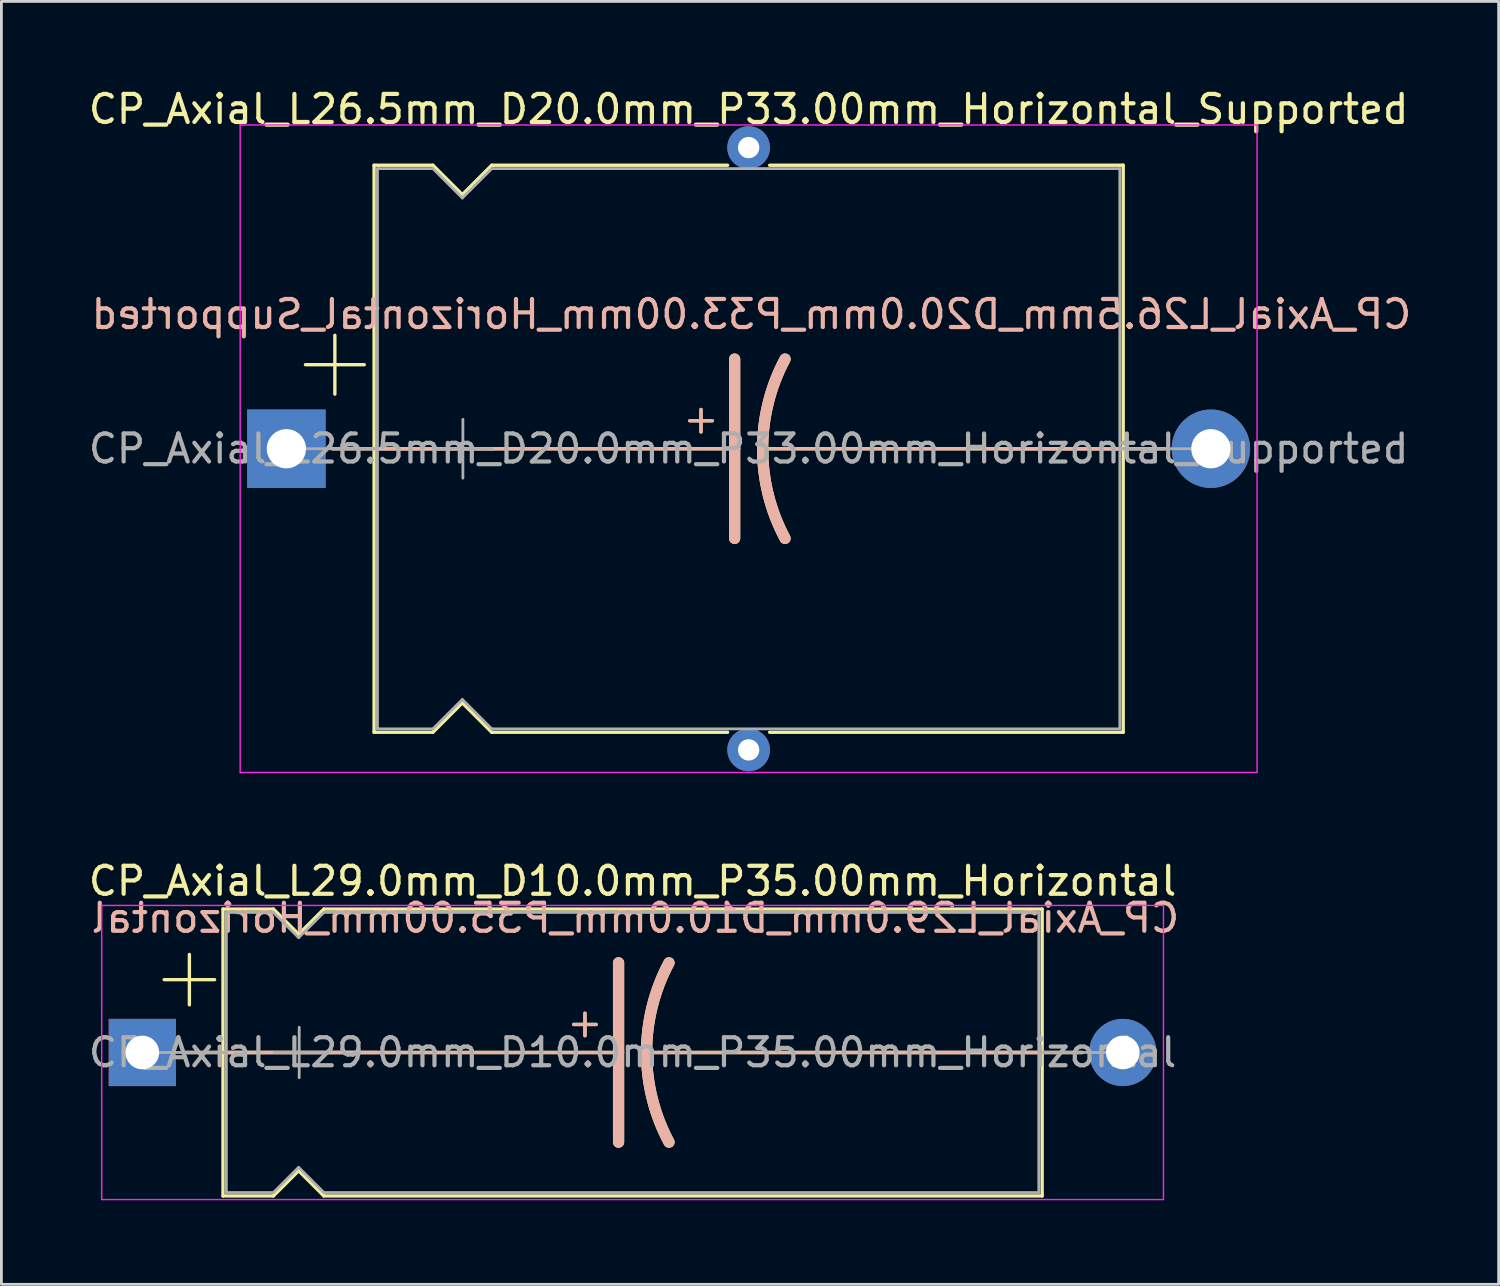
<source format=kicad_pcb>
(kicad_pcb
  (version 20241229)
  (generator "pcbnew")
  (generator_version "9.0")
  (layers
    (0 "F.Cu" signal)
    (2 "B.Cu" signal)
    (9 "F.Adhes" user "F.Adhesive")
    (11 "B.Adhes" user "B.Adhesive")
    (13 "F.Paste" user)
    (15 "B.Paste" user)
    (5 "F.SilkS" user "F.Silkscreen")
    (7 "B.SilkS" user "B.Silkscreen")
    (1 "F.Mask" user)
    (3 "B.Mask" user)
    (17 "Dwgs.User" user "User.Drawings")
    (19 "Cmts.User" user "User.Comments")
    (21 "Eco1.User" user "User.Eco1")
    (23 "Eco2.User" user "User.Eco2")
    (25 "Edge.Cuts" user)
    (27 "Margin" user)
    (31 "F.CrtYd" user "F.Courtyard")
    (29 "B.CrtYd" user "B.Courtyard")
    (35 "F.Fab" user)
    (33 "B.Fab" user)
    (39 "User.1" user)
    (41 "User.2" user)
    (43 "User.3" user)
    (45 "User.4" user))
  (footprint "CP_Axial_L29.0mm_D10.0mm_P35.00mm_Horizontal"
    (layer "F.Cu")
    (at 2.03 34.519)
    (property "Reference" "CP_Axial_L29.0mm_D10.0mm_P35.00mm_Horizontal" (at 17.5 -6.12 0) (layer "F.SilkS") (effects (font (size 1 1) (thickness 0.15))))
    (fp_line (start 0.78 -2.6) (end 2.58 -2.6) (stroke (width 0.12) (type solid)) (layer "F.SilkS"))
    (fp_line (start 1.44 0) (end 2.88 0) (stroke (width 0.12) (type solid)) (layer "F.SilkS"))
    (fp_line (start 1.68 -3.5) (end 1.68 -1.7) (stroke (width 0.12) (type solid)) (layer "F.SilkS"))
    (fp_line (start 2.88 -5.12) (end 2.88 5.12) (stroke (width 0.12) (type solid)) (layer "F.SilkS"))
    (fp_line (start 2.88 -5.12) (end 4.68 -5.12) (stroke (width 0.12) (type solid)) (layer "F.SilkS"))
    (fp_line (start 2.88 0) (end 17 0) (stroke (width 0.12) (type solid)) (layer "F.SilkS"))
    (fp_line (start 2.88 5.12) (end 4.68 5.12) (stroke (width 0.12) (type solid)) (layer "F.SilkS"))
    (fp_line (start 4.68 -5.12) (end 5.58 -4.22) (stroke (width 0.12) (type solid)) (layer "F.SilkS"))
    (fp_line (start 4.68 5.12) (end 5.58 4.22) (stroke (width 0.12) (type solid)) (layer "F.SilkS"))
    (fp_line (start 5.58 -4.22) (end 6.48 -5.12) (stroke (width 0.12) (type solid)) (layer "F.SilkS"))
    (fp_line (start 5.58 4.22) (end 6.48 5.12) (stroke (width 0.12) (type solid)) (layer "F.SilkS"))
    (fp_line (start 6.48 -5.12) (end 32.12 -5.12) (stroke (width 0.12) (type solid)) (layer "F.SilkS"))
    (fp_line (start 6.48 5.12) (end 32.12 5.12) (stroke (width 0.12) (type solid)) (layer "F.SilkS"))
    (fp_line (start 15.4 -1) (end 16.2 -1) (stroke (width 0.12) (type solid)) (layer "F.SilkS"))
    (fp_line (start 15.8 -1.4) (end 15.8 -0.6) (stroke (width 0.12) (type solid)) (layer "F.SilkS"))
    (fp_line (start 17 0) (end 17 -3.2) (stroke (width 0.4) (type solid)) (layer "F.SilkS"))
    (fp_line (start 17 0) (end 17 3.2) (stroke (width 0.4) (type solid)) (layer "F.SilkS"))
    (fp_line (start 32.12 -5.12) (end 32.12 5.12) (stroke (width 0.12) (type solid)) (layer "F.SilkS"))
    (fp_line (start 32.12 0) (end 18 0) (stroke (width 0.12) (type solid)) (layer "F.SilkS"))
    (fp_line (start 33.56 0) (end 32.12 0) (stroke (width 0.12) (type solid)) (layer "F.SilkS"))
    (fp_arc (start 18 0) (mid 18.203545 -1.649114) (end 18.8 -3.2) (stroke (width 0.4) (type solid)) (layer "F.SilkS"))
    (fp_arc (start 18.8 3.2) (mid 18.200704 1.649824) (end 18 0) (stroke (width 0.4) (type solid)) (layer "F.SilkS"))
    (fp_line (start 1.45 0) (end 8.38 0) (stroke (width 0.12) (type solid)) (layer "B.SilkS"))
    (fp_line (start 2.88 0) (end 17 0) (stroke (width 0.12) (type solid)) (layer "B.SilkS"))
    (fp_line (start 15.4 -1) (end 16.2 -1) (stroke (width 0.12) (type solid)) (layer "B.SilkS"))
    (fp_line (start 15.8 -0.6) (end 15.8 -1.4) (stroke (width 0.12) (type solid)) (layer "B.SilkS"))
    (fp_line (start 17 0) (end 17 -3.2) (stroke (width 0.4) (type solid)) (layer "B.SilkS"))
    (fp_line (start 17 0) (end 17 3.2) (stroke (width 0.4) (type solid)) (layer "B.SilkS"))
    (fp_line (start 32.12 0) (end 18 0) (stroke (width 0.12) (type solid)) (layer "B.SilkS"))
    (fp_line (start 33.55 0) (end 26.62 0) (stroke (width 0.12) (type solid)) (layer "B.SilkS"))
    (fp_arc (start 18 0) (mid 18.200703 -1.649824) (end 18.8 -3.2) (stroke (width 0.4) (type solid)) (layer "B.SilkS"))
    (fp_arc (start 18.8 3.2) (mid 18.203544 1.649114) (end 18 0) (stroke (width 0.4) (type solid)) (layer "B.SilkS"))
    (fp_line (start -1.45 -5.25) (end -1.45 5.25) (stroke (width 0.05) (type solid)) (layer "F.CrtYd"))
    (fp_line (start -1.45 5.25) (end 36.45 5.25) (stroke (width 0.05) (type solid)) (layer "F.CrtYd"))
    (fp_line (start 36.45 -5.25) (end -1.45 -5.25) (stroke (width 0.05) (type solid)) (layer "F.CrtYd"))
    (fp_line (start 36.45 5.25) (end 36.45 -5.25) (stroke (width 0.05) (type solid)) (layer "F.CrtYd"))
    (fp_line (start 0 0) (end 3 0) (stroke (width 0.1) (type solid)) (layer "F.Fab"))
    (fp_line (start 3 -5) (end 3 5) (stroke (width 0.1) (type solid)) (layer "F.Fab"))
    (fp_line (start 3 -5) (end 4.68 -5) (stroke (width 0.1) (type solid)) (layer "F.Fab"))
    (fp_line (start 3 5) (end 4.68 5) (stroke (width 0.1) (type solid)) (layer "F.Fab"))
    (fp_line (start 4.68 -5) (end 5.58 -4.1) (stroke (width 0.1) (type solid)) (layer "F.Fab"))
    (fp_line (start 4.68 5) (end 5.58 4.1) (stroke (width 0.1) (type solid)) (layer "F.Fab"))
    (fp_line (start 4.7 0) (end 6.5 0) (stroke (width 0.1) (type solid)) (layer "F.Fab"))
    (fp_line (start 5.58 -4.1) (end 6.48 -5) (stroke (width 0.1) (type solid)) (layer "F.Fab"))
    (fp_line (start 5.58 4.1) (end 6.48 5) (stroke (width 0.1) (type solid)) (layer "F.Fab"))
    (fp_line (start 5.6 -0.9) (end 5.6 0.9) (stroke (width 0.1) (type solid)) (layer "F.Fab"))
    (fp_line (start 6.48 -5) (end 32 -5) (stroke (width 0.1) (type solid)) (layer "F.Fab"))
    (fp_line (start 6.48 5) (end 32 5) (stroke (width 0.1) (type solid)) (layer "F.Fab"))
    (fp_line (start 32 -5) (end 32 5) (stroke (width 0.1) (type solid)) (layer "F.Fab"))
    (fp_line (start 35 0) (end 32 0) (stroke (width 0.1) (type solid)) (layer "F.Fab"))
    (fp_text user "${REFERENCE}" (at 17.6 -4.8 0) (layer "B.SilkS") (effects (font (size 1 1) (thickness 0.15)) (justify mirror)))
    (fp_text user "${REFERENCE}" (at 17.5 0 0) (layer "F.Fab") (effects (font (size 1 1) (thickness 0.15))))
    (pad "1" thru_hole rect (at 0 0) (size 2.4 2.4) (drill 1.2) (layers "*.Cu" "*.Mask"))
    (pad "2" thru_hole oval (at 35 0) (size 2.4 2.4) (drill 1.2) (layers "*.Cu" "*.Mask")))
  (footprint "CP_Axial_L26.5mm_D20.0mm_P33.00mm_Horizontal_Supported"
    (layer "F.Cu")
    (at 7.173 12.968)
    (property "Reference" "CP_Axial_L26.5mm_D20.0mm_P33.00mm_Horizontal_Supported" (at 16.5 -12.12 0) (layer "F.SilkS") (effects (font (size 1 1) (thickness 0.15))))
    (fp_line (start 0.68 -3) (end 2.78 -3) (stroke (width 0.12) (type solid)) (layer "F.SilkS"))
    (fp_line (start 1.64 0) (end 3.13 0) (stroke (width 0.12) (type solid)) (layer "F.SilkS"))
    (fp_line (start 1.73 -4.05) (end 1.73 -1.95) (stroke (width 0.12) (type solid)) (layer "F.SilkS"))
    (fp_line (start 3.13 -10.12) (end 3.13 10.12) (stroke (width 0.12) (type solid)) (layer "F.SilkS"))
    (fp_line (start 3.13 -10.12) (end 5.23 -10.12) (stroke (width 0.12) (type solid)) (layer "F.SilkS"))
    (fp_line (start 3.13 0) (end 16 0) (stroke (width 0.12) (type solid)) (layer "F.SilkS"))
    (fp_line (start 3.13 10.12) (end 5.23 10.12) (stroke (width 0.12) (type solid)) (layer "F.SilkS"))
    (fp_line (start 5.23 -10.12) (end 6.28 -9.07) (stroke (width 0.12) (type solid)) (layer "F.SilkS"))
    (fp_line (start 5.23 10.12) (end 6.28 9.07) (stroke (width 0.12) (type solid)) (layer "F.SilkS"))
    (fp_line (start 6.28 -9.07) (end 7.33 -10.12) (stroke (width 0.12) (type solid)) (layer "F.SilkS"))
    (fp_line (start 6.28 9.07) (end 7.33 10.12) (stroke (width 0.12) (type solid)) (layer "F.SilkS"))
    (fp_line (start 7.33 -10.12) (end 15.75 -10.12) (stroke (width 0.12) (type solid)) (layer "F.SilkS"))
    (fp_line (start 7.33 10.12) (end 15.75 10.12) (stroke (width 0.12) (type solid)) (layer "F.SilkS"))
    (fp_line (start 14.4 -1) (end 15.2 -1) (stroke (width 0.12) (type solid)) (layer "F.SilkS"))
    (fp_line (start 14.8 -1.4) (end 14.8 -0.6) (stroke (width 0.12) (type solid)) (layer "F.SilkS"))
    (fp_line (start 16 0) (end 16 -3.2) (stroke (width 0.4) (type solid)) (layer "F.SilkS"))
    (fp_line (start 16 0) (end 16 3.2) (stroke (width 0.4) (type solid)) (layer "F.SilkS"))
    (fp_line (start 17.25 -10.12) (end 29.87 -10.12) (stroke (width 0.12) (type solid)) (layer "F.SilkS"))
    (fp_line (start 17.25 10.12) (end 29.87 10.12) (stroke (width 0.12) (type solid)) (layer "F.SilkS"))
    (fp_line (start 29.87 -10.12) (end 29.87 10.12) (stroke (width 0.12) (type solid)) (layer "F.SilkS"))
    (fp_line (start 29.87 0) (end 17 0) (stroke (width 0.12) (type solid)) (layer "F.SilkS"))
    (fp_line (start 31.36 0) (end 29.87 0) (stroke (width 0.12) (type solid)) (layer "F.SilkS"))
    (fp_arc (start 17 0) (mid 17.203545 -1.649114) (end 17.8 -3.2) (stroke (width 0.4) (type solid)) (layer "F.SilkS"))
    (fp_arc (start 17.8 3.2) (mid 17.200704 1.649824) (end 17 0) (stroke (width 0.4) (type solid)) (layer "F.SilkS"))
    (fp_line (start 1.65 0) (end 7.38 0) (stroke (width 0.12) (type solid)) (layer "B.SilkS"))
    (fp_line (start 3.13 0) (end 16 0) (stroke (width 0.12) (type solid)) (layer "B.SilkS"))
    (fp_line (start 14.4 -1) (end 15.2 -1) (stroke (width 0.12) (type solid)) (layer "B.SilkS"))
    (fp_line (start 14.8 -0.6) (end 14.8 -1.4) (stroke (width 0.12) (type solid)) (layer "B.SilkS"))
    (fp_line (start 16 0) (end 16 -3.2) (stroke (width 0.4) (type solid)) (layer "B.SilkS"))
    (fp_line (start 16 0) (end 16 3.2) (stroke (width 0.4) (type solid)) (layer "B.SilkS"))
    (fp_line (start 29.87 0) (end 17 0) (stroke (width 0.12) (type solid)) (layer "B.SilkS"))
    (fp_line (start 31.35 0) (end 25.62 0) (stroke (width 0.12) (type solid)) (layer "B.SilkS"))
    (fp_arc (start 17 0) (mid 17.200703 -1.649824) (end 17.8 -3.2) (stroke (width 0.4) (type solid)) (layer "B.SilkS"))
    (fp_arc (start 17.8 3.2) (mid 17.203544 1.649114) (end 17 0) (stroke (width 0.4) (type solid)) (layer "B.SilkS"))
    (fp_line (start -1.651 11.557) (end 34.649 11.557) (stroke (width 0.05) (type solid)) (layer "F.CrtYd"))
    (fp_line (start -1.65 -11.557) (end -1.65 11.557) (stroke (width 0.05) (type solid)) (layer "F.CrtYd"))
    (fp_line (start 34.649 -11.557) (end -1.651 -11.557) (stroke (width 0.05) (type solid)) (layer "F.CrtYd"))
    (fp_line (start 34.649 11.557) (end 34.649 -11.557) (stroke (width 0.05) (type solid)) (layer "F.CrtYd"))
    (fp_line (start 0 0) (end 3.25 0) (stroke (width 0.1) (type solid)) (layer "F.Fab"))
    (fp_line (start 3.25 -10) (end 3.25 10) (stroke (width 0.1) (type solid)) (layer "F.Fab"))
    (fp_line (start 3.25 -10) (end 5.23 -10) (stroke (width 0.1) (type solid)) (layer "F.Fab"))
    (fp_line (start 3.25 10) (end 5.23 10) (stroke (width 0.1) (type solid)) (layer "F.Fab"))
    (fp_line (start 5.23 -10) (end 6.28 -8.95) (stroke (width 0.1) (type solid)) (layer "F.Fab"))
    (fp_line (start 5.23 10) (end 6.28 8.95) (stroke (width 0.1) (type solid)) (layer "F.Fab"))
    (fp_line (start 5.25 0) (end 7.35 0) (stroke (width 0.1) (type solid)) (layer "F.Fab"))
    (fp_line (start 6.28 -8.95) (end 7.33 -10) (stroke (width 0.1) (type solid)) (layer "F.Fab"))
    (fp_line (start 6.28 8.95) (end 7.33 10) (stroke (width 0.1) (type solid)) (layer "F.Fab"))
    (fp_line (start 6.3 -1.05) (end 6.3 1.05) (stroke (width 0.1) (type solid)) (layer "F.Fab"))
    (fp_line (start 7.33 -10) (end 29.75 -10) (stroke (width 0.1) (type solid)) (layer "F.Fab"))
    (fp_line (start 7.33 10) (end 29.75 10) (stroke (width 0.1) (type solid)) (layer "F.Fab"))
    (fp_line (start 29.75 -10) (end 29.75 10) (stroke (width 0.1) (type solid)) (layer "F.Fab"))
    (fp_line (start 33 0) (end 29.75 0) (stroke (width 0.1) (type solid)) (layer "F.Fab"))
    (fp_text user "${REFERENCE}" (at 16.6 -4.8 0) (layer "B.SilkS") (effects (font (size 1 1) (thickness 0.15)) (justify mirror)))
    (fp_text user "${REFERENCE}" (at 16.5 0 0) (layer "F.Fab") (effects (font (size 1 1) (thickness 0.15))))
    (pad "" thru_hole circle (at 16.5 -10.75) (size 1.524 1.524) (drill 0.762) (layers "*.Cu" "*.Mask"))
    (pad "" thru_hole circle (at 16.5 10.75) (size 1.524 1.524) (drill 0.762) (layers "*.Cu" "*.Mask"))
    (pad "1" thru_hole rect (at 0 0) (size 2.8 2.8) (drill 1.4) (layers "*.Cu" "*.Mask"))
    (pad "2" thru_hole oval (at 33 0) (size 2.8 2.8) (drill 1.4) (layers "*.Cu" "*.Mask")))
  (gr_rect
    (start -3 -3)
    (end 50.445 42.794)
    (stroke (width 0.1) (type default))
    (fill no)
    (layer "Edge.Cuts")))
</source>
